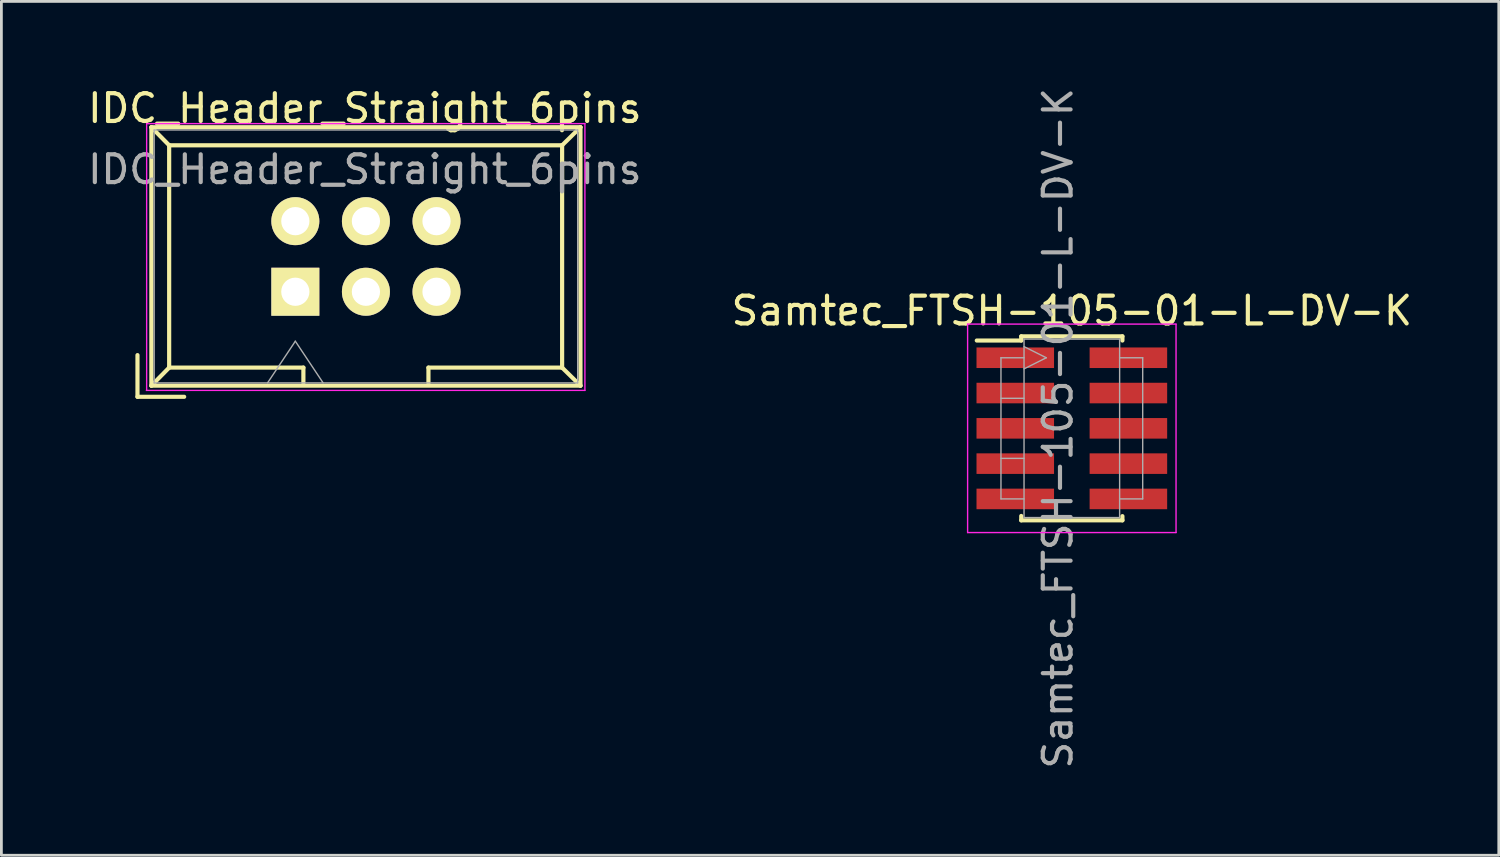
<source format=kicad_pcb>
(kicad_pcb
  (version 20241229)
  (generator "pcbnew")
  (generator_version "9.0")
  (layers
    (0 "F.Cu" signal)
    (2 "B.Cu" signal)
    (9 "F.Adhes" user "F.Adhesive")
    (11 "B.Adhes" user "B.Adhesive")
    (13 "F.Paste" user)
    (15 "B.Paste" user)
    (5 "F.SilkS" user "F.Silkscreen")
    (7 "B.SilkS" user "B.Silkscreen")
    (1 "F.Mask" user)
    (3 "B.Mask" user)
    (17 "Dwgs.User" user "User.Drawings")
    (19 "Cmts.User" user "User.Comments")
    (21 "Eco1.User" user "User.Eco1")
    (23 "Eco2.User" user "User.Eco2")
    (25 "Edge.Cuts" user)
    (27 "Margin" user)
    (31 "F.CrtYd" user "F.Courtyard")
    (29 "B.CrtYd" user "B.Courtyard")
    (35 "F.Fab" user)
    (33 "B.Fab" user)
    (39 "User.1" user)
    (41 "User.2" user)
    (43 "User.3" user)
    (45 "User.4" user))
  (footprint "IDC_Header_Straight_6pins"
    (layer "F.Cu")
    (at 7.577 7.448)
    (property "Reference" "IDC_Header_Straight_6pins" (at 2.5 -4.4 0) (layer "F.Fab") (effects (font (size 1 1) (thickness 0.15))))
    (attr through_hole)
    (fp_line (start -5.68 2.28) (end -5.68 3.78) (stroke (width 0.15) (type solid)) (layer "F.SilkS"))
    (fp_line (start -5.68 3.78) (end -4 3.78) (stroke (width 0.15) (type solid)) (layer "F.SilkS"))
    (fp_line (start -5.18 -5.92) (end -5.18 3.38) (stroke (width 0.15) (type solid)) (layer "F.SilkS"))
    (fp_line (start -5.18 -5.92) (end -4.54 -5.27) (stroke (width 0.15) (type solid)) (layer "F.SilkS"))
    (fp_line (start -5.18 -5.92) (end 10.26 -5.92) (stroke (width 0.15) (type solid)) (layer "F.SilkS"))
    (fp_line (start -5.18 3.38) (end -4.54 2.73) (stroke (width 0.15) (type solid)) (layer "F.SilkS"))
    (fp_line (start -5.18 3.38) (end 10.26 3.38) (stroke (width 0.15) (type solid)) (layer "F.SilkS"))
    (fp_line (start -4.54 -5.27) (end -4.54 2.73) (stroke (width 0.15) (type solid)) (layer "F.SilkS"))
    (fp_line (start -4.54 -5.27) (end 9.6 -5.27) (stroke (width 0.15) (type solid)) (layer "F.SilkS"))
    (fp_line (start -4.54 2.73) (end 0.29 2.73) (stroke (width 0.15) (type solid)) (layer "F.SilkS"))
    (fp_line (start 0.29 2.73) (end 0.29 3.28) (stroke (width 0.15) (type solid)) (layer "F.SilkS"))
    (fp_line (start 4.79 2.73) (end 4.79 3.28) (stroke (width 0.15) (type solid)) (layer "F.SilkS"))
    (fp_line (start 4.79 2.73) (end 9.6 2.73) (stroke (width 0.15) (type solid)) (layer "F.SilkS"))
    (fp_line (start 9.6 -5.27) (end 9.6 2.73) (stroke (width 0.15) (type solid)) (layer "F.SilkS"))
    (fp_line (start 10.26 -5.92) (end 9.6 -5.27) (stroke (width 0.15) (type solid)) (layer "F.SilkS"))
    (fp_line (start 10.26 -5.92) (end 10.26 3.38) (stroke (width 0.15) (type solid)) (layer "F.SilkS"))
    (fp_line (start 10.26 3.38) (end 9.6 2.73) (stroke (width 0.15) (type solid)) (layer "F.SilkS"))
    (fp_line (start -5.35 -6.05) (end 10.42 -6.05) (stroke (width 0.05) (type solid)) (layer "F.CrtYd"))
    (fp_line (start -5.35 3.55) (end -5.35 -6.05) (stroke (width 0.05) (type solid)) (layer "F.CrtYd"))
    (fp_line (start 10.42 -6.05) (end 10.42 3.55) (stroke (width 0.05) (type solid)) (layer "F.CrtYd"))
    (fp_line (start 10.42 3.55) (end -5.36 3.55) (stroke (width 0.05) (type solid)) (layer "F.CrtYd"))
    (fp_line (start -5.08 -5.82) (end -5.08 3.28) (stroke (width 0.05) (type solid)) (layer "F.Fab"))
    (fp_line (start -5.08 -5.82) (end 10.16 -5.82) (stroke (width 0.05) (type solid)) (layer "F.Fab"))
    (fp_line (start -5.08 3.28) (end 10.16 3.28) (stroke (width 0.05) (type solid)) (layer "F.Fab"))
    (fp_line (start -1 3.28) (end 0 1.78) (stroke (width 0.05) (type solid)) (layer "F.Fab"))
    (fp_line (start 0 1.78) (end 1 3.28) (stroke (width 0.05) (type solid)) (layer "F.Fab"))
    (fp_line (start 10.16 -5.82) (end 10.16 3.28) (stroke (width 0.05) (type solid)) (layer "F.Fab"))
    (fp_text user "${REFERENCE}" (at 2.5 -6.6 0) (layer "F.SilkS") (effects (font (size 1 1) (thickness 0.15))))
    (pad "1" thru_hole rect (at 0 0) (size 1.727 1.727) (drill 1.016) (layers "*.Cu" "*.Mask" "F.SilkS"))
    (pad "2" thru_hole oval (at 0 -2.54) (size 1.727 1.727) (drill 1.016) (layers "*.Cu" "*.Mask" "F.SilkS"))
    (pad "3" thru_hole oval (at 2.54 0) (size 1.727 1.727) (drill 1.016) (layers "*.Cu" "*.Mask" "F.SilkS"))
    (pad "4" thru_hole oval (at 2.54 -2.54) (size 1.727 1.727) (drill 1.016) (layers "*.Cu" "*.Mask" "F.SilkS"))
    (pad "5" thru_hole oval (at 5.08 0) (size 1.727 1.727) (drill 1.016) (layers "*.Cu" "*.Mask" "F.SilkS"))
    (pad "6" thru_hole oval (at 5.08 -2.54) (size 1.727 1.727) (drill 1.016) (layers "*.Cu" "*.Mask" "F.SilkS")))
  (footprint "Samtec_FTSH-105-01-L-DV-K"
    (layer "F.Cu")
    (at 35.518 12.363)
    (property "Reference" "Samtec_FTSH-105-01-L-DV-K" (at -0.5 0 90) (layer "F.Fab") (effects (font (size 1 1) (thickness 0.15))))
    (attr through_hole)
    (fp_line (start -3.42 -3.16) (end -1.82 -3.16) (stroke (width 0.15) (type solid)) (layer "F.SilkS"))
    (fp_line (start -1.82 -3.16) (end -1.82 -3.31) (stroke (width 0.15) (type solid)) (layer "F.SilkS"))
    (fp_line (start -1.82 3.153) (end -1.82 3.31) (stroke (width 0.15) (type solid)) (layer "F.SilkS"))
    (fp_line (start 1.82 -3.31) (end -1.82 -3.31) (stroke (width 0.15) (type solid)) (layer "F.SilkS"))
    (fp_line (start 1.82 -3.16) (end 1.82 -3.31) (stroke (width 0.15) (type solid)) (layer "F.SilkS"))
    (fp_line (start 1.82 3.16) (end 1.82 3.31) (stroke (width 0.15) (type solid)) (layer "F.SilkS"))
    (fp_line (start 1.82 3.31) (end -1.82 3.31) (stroke (width 0.15) (type solid)) (layer "F.SilkS"))
    (fp_line (start -3.75 -3.75) (end 3.75 -3.75) (stroke (width 0.05) (type solid)) (layer "F.CrtYd"))
    (fp_line (start -3.75 3.75) (end -3.75 -3.75) (stroke (width 0.05) (type solid)) (layer "F.CrtYd"))
    (fp_line (start 3.75 -3.75) (end 3.75 3.75) (stroke (width 0.05) (type solid)) (layer "F.CrtYd"))
    (fp_line (start 3.75 3.75) (end -3.75 3.75) (stroke (width 0.05) (type solid)) (layer "F.CrtYd"))
    (fp_line (start -2.55 -2.54) (end -2.55 2.54) (stroke (width 0.05) (type solid)) (layer "F.Fab"))
    (fp_line (start -2.55 2.54) (end -1.72 2.54) (stroke (width 0.05) (type solid)) (layer "F.Fab"))
    (fp_line (start -1.72 -3.21) (end 1.72 -3.21) (stroke (width 0.05) (type solid)) (layer "F.Fab"))
    (fp_line (start -1.72 -2.94) (end -0.92 -2.54) (stroke (width 0.05) (type solid)) (layer "F.Fab"))
    (fp_line (start -1.72 -2.54) (end -2.55 -2.54) (stroke (width 0.05) (type solid)) (layer "F.Fab"))
    (fp_line (start -1.72 -1.08) (end -2.55 -1.08) (stroke (width 0.05) (type solid)) (layer "F.Fab"))
    (fp_line (start -1.72 1.08) (end -2.55 1.08) (stroke (width 0.05) (type solid)) (layer "F.Fab"))
    (fp_line (start -1.72 3.21) (end -1.72 -3.21) (stroke (width 0.05) (type solid)) (layer "F.Fab"))
    (fp_line (start -0.92 -2.54) (end -1.72 -2.14) (stroke (width 0.05) (type solid)) (layer "F.Fab"))
    (fp_line (start 1.72 -3.21) (end 1.72 3.21) (stroke (width 0.05) (type solid)) (layer "F.Fab"))
    (fp_line (start 1.72 -2.54) (end 2.55 -2.54) (stroke (width 0.05) (type solid)) (layer "F.Fab"))
    (fp_line (start 1.72 3.21) (end -1.72 3.21) (stroke (width 0.05) (type solid)) (layer "F.Fab"))
    (fp_line (start 2.55 -2.54) (end 2.55 2.54) (stroke (width 0.05) (type solid)) (layer "F.Fab"))
    (fp_line (start 2.55 2.54) (end 1.72 2.54) (stroke (width 0.05) (type solid)) (layer "F.Fab"))
    (fp_text user "${REFERENCE}" (at 0 -4.23 0) (layer "F.SilkS") (effects (font (size 1 1) (thickness 0.15))))
    (pad "1" smd rect (at -2.035 -2.54) (size 2.79 0.74) (layers "F.Cu" "F.Mask" "F.Paste"))
    (pad "2" smd rect (at 2.035 -2.54) (size 2.79 0.74) (layers "F.Cu" "F.Mask" "F.Paste"))
    (pad "3" smd rect (at -2.035 -1.27) (size 2.79 0.74) (layers "F.Cu" "F.Mask" "F.Paste"))
    (pad "4" smd rect (at 2.035 -1.27) (size 2.79 0.74) (layers "F.Cu" "F.Mask" "F.Paste"))
    (pad "5" smd rect (at -2.035 0) (size 2.79 0.74) (layers "F.Cu" "F.Mask" "F.Paste"))
    (pad "6" smd rect (at 2.035 0) (size 2.79 0.74) (layers "F.Cu" "F.Mask" "F.Paste"))
    (pad "7" smd rect (at -2.035 1.27) (size 2.79 0.74) (layers "F.Cu" "F.Mask" "F.Paste"))
    (pad "8" smd rect (at 2.035 1.27) (size 2.79 0.74) (layers "F.Cu" "F.Mask" "F.Paste"))
    (pad "9" smd rect (at -2.035 2.54) (size 2.79 0.74) (layers "F.Cu" "F.Mask" "F.Paste"))
    (pad "10" smd rect (at 2.035 2.54) (size 2.79 0.74) (layers "F.Cu" "F.Mask" "F.Paste")))
  (gr_rect
    (start -3 -3)
    (end 50.881 27.726)
    (stroke (width 0.1) (type default))
    (fill no)
    (layer "Edge.Cuts")))
</source>
